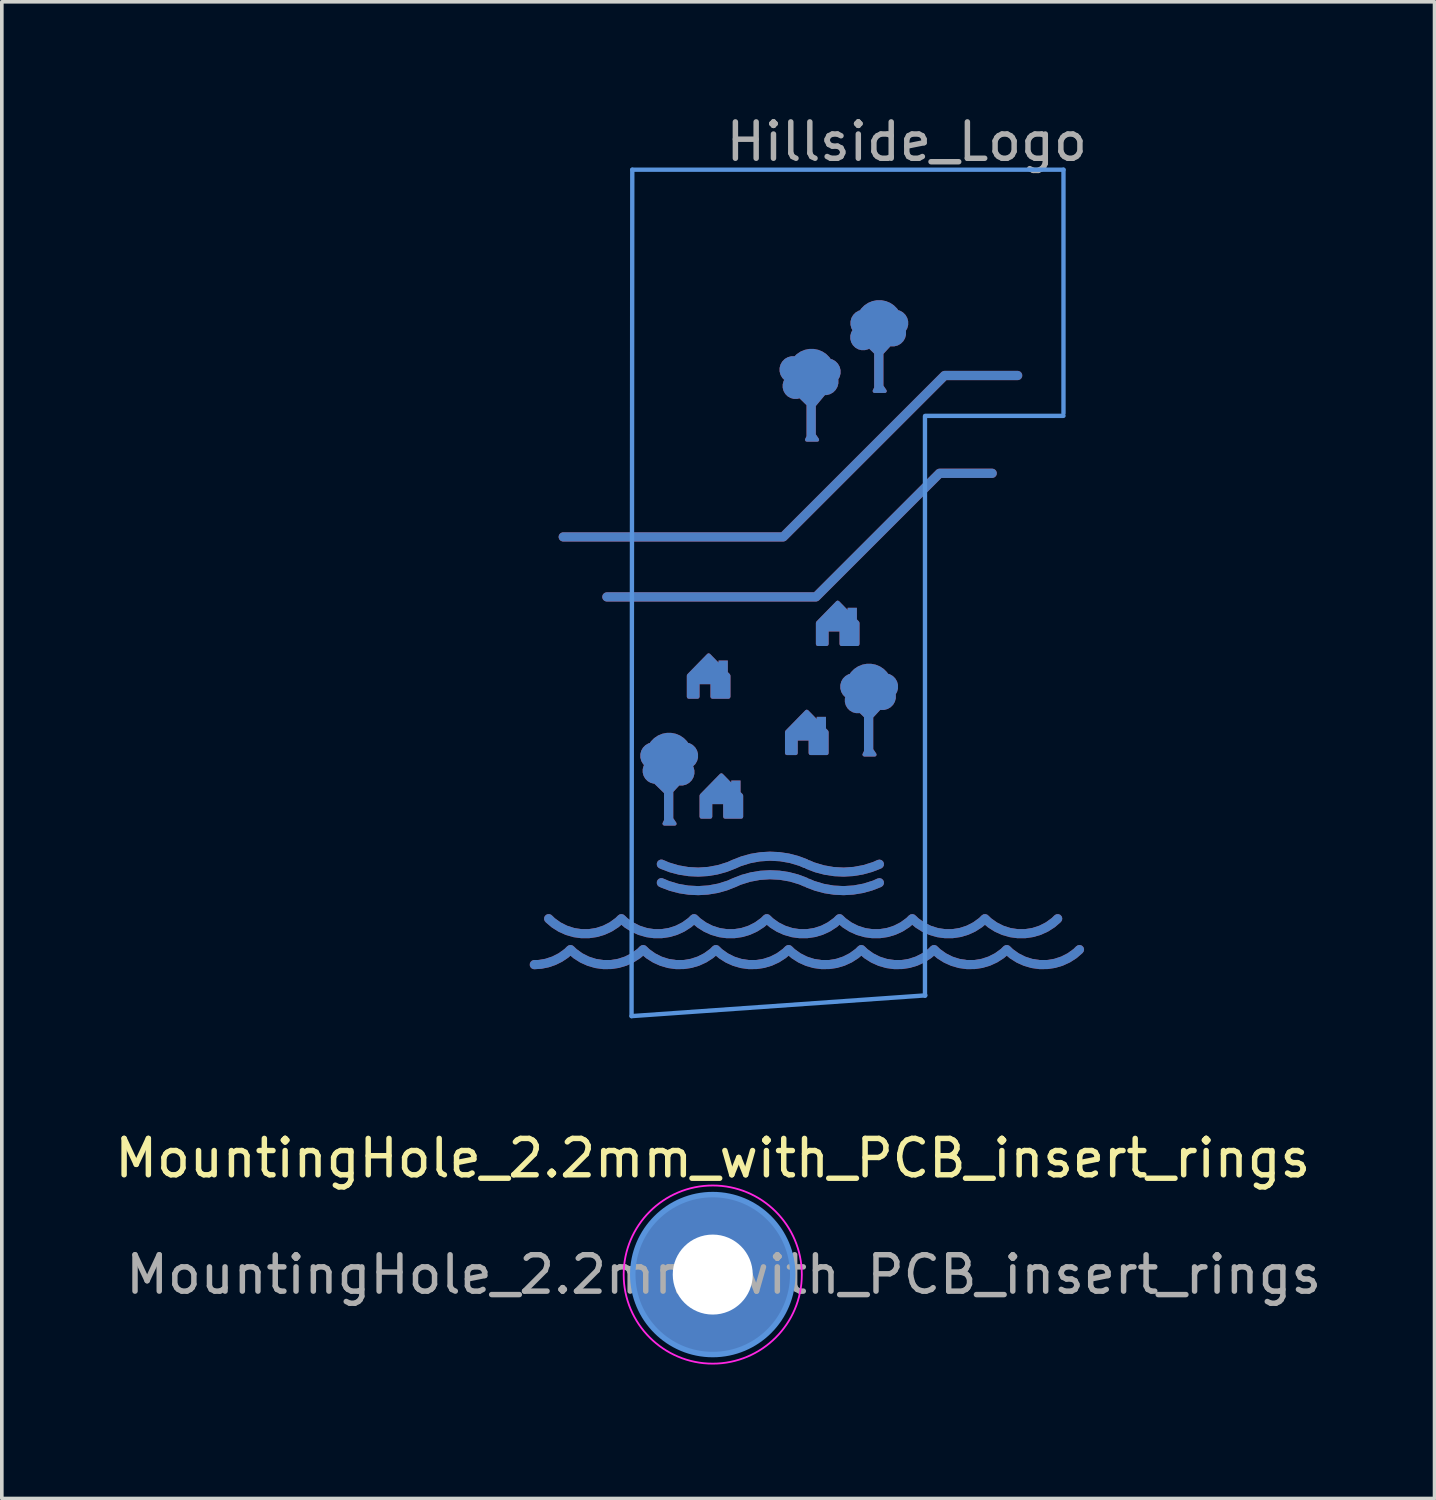
<source format=kicad_pcb>
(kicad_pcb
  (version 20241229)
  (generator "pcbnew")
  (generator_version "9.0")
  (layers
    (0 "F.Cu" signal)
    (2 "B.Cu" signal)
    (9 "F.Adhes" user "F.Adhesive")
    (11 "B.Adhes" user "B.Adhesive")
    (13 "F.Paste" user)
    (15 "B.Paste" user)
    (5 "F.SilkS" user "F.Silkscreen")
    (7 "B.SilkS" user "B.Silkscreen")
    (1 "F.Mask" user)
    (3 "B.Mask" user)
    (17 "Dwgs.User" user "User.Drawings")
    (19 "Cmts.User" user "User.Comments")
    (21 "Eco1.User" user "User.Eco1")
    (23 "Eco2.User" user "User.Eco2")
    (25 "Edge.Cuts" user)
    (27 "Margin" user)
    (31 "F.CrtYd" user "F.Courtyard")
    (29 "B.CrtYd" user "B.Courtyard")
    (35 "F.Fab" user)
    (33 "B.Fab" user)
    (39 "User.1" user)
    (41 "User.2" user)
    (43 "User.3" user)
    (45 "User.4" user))
  (footprint "Hillside_Logo"
    (layer "F.Cu")
    (at 18.641 14.968)
    (property "Reference" "Hillside_Logo" (at 3.25 -14.12 0) (layer "F.Fab") (effects (font (size 1 1) (thickness 0.15))))
    (attr through_hole)
    (fp_line (start -4.32 9.93) (end 3.76 9.36) (stroke (width 0.12) (type solid)) (layer "Cmts.User"))
    (fp_line (start -4.3 -13.35) (end -4.32 9.93) (stroke (width 0.12) (type solid)) (layer "Cmts.User"))
    (fp_line (start 3.75 9.37) (end 3.75 -6.57) (stroke (width 0.12) (type solid)) (layer "Cmts.User"))
    (fp_line (start 3.76 -6.58) (end 7.56 -6.58) (stroke (width 0.12) (type solid)) (layer "Cmts.User"))
    (fp_line (start 7.56 -13.35) (end -4.3 -13.35) (stroke (width 0.12) (type solid)) (layer "Cmts.User"))
    (fp_line (start 7.56 -6.65) (end 7.56 -13.35) (stroke (width 0.12) (type solid)) (layer "Cmts.User"))
    (pad "" smd custom (at -6.994 8.514) (size 0.254 0.254) (layers "F.Cu" "F.Mask") (options (anchor circle)) (primitives (gr_arc (start 0.993832 -0.414198) (mid 0.538428 -0.109054) (end 0.001199 -0.000006) (width 0.254)) (gr_arc (start 2.99383 -0.414198) (mid 1.999999 0.000002) (end 1.002593 -0.405512) (width 0.254)) (gr_arc (start 4.993828 -0.414198) (mid 3.999998 0) (end 3.002593 -0.405514) (width 0.254)) (gr_arc (start 6.993826 -0.414198) (mid 5.999996 -0.000001) (end 5.002593 -0.405516) (width 0.254)) (gr_arc (start 8.993824 -0.414198) (mid 7.999995 -0.000003) (end 7.002593 -0.405518) (width 0.254)) (gr_arc (start 10.993822 -0.414198) (mid 9.999991 0.000003) (end 9.002583 -0.40551) (width 0.254)) (gr_arc (start 12.99382 -0.414198) (mid 11.999989 0.000002) (end 11.002583 -0.405512) (width 0.254)) (gr_arc (start 14.993818 -0.414198) (mid 13.999988 0) (end 13.002583 -0.405514) (width 0.254))))
    (pad "" smd custom (at -6.994 8.514) (size 0.254 0.254) (layers "B.Cu" "B.Mask") (options (anchor circle)) (primitives (gr_arc (start 0.993832 -0.414198) (mid 0.538428 -0.109054) (end 0.001199 -0.000006) (width 0.254)) (gr_arc (start 2.99383 -0.414198) (mid 1.999999 0.000002) (end 1.002593 -0.405512) (width 0.254)) (gr_arc (start 4.993828 -0.414198) (mid 3.999998 0) (end 3.002593 -0.405514) (width 0.254)) (gr_arc (start 6.993826 -0.414198) (mid 5.999996 -0.000001) (end 5.002593 -0.405516) (width 0.254)) (gr_arc (start 8.993824 -0.414198) (mid 7.999995 -0.000003) (end 7.002593 -0.405518) (width 0.254)) (gr_arc (start 10.993822 -0.414198) (mid 9.999991 0.000003) (end 9.002583 -0.40551) (width 0.254)) (gr_arc (start 12.99382 -0.414198) (mid 11.999989 0.000002) (end 11.002583 -0.405512) (width 0.254)) (gr_arc (start 14.993818 -0.414198) (mid 13.999988 0) (end 13.002583 -0.405514) (width 0.254))))
    (pad "" smd custom (at -6.6 7.25) (size 0.254 0.254) (layers "F.Cu" "F.Mask") (options (anchor circle)) (primitives (gr_arc (start 1.999998 0) (mid 1.006169 0.414199) (end 0.008765 0.008686) (width 0.254)) (gr_arc (start 3.999996 0) (mid 3.006168 0.414197) (end 2.008765 0.008684) (width 0.254)) (gr_arc (start 5.999994 0) (mid 5.006166 0.414196) (end 4.008765 0.008682) (width 0.254)) (gr_arc (start 7.999992 0) (mid 7.007399 0.414189) (end 6.010527 0.010409) (width 0.254)) (gr_arc (start 9.99999 0) (mid 9.007398 0.414187) (end 8.010527 0.010407) (width 0.254)) (gr_arc (start 11.999988 0) (mid 11.007396 0.414186) (end 10.010526 0.010405) (width 0.254)) (gr_arc (start 13.999986 0) (mid 13.00616 0.41419) (end 12.008764 0.008674) (width 0.254))))
    (pad "" smd custom (at -6.6 7.25) (size 0.254 0.254) (layers "B.Cu" "B.Mask") (options (anchor circle)) (primitives (gr_arc (start 1.999998 0) (mid 1.006169 0.414199) (end 0.008765 0.008686) (width 0.254)) (gr_arc (start 3.999996 0) (mid 3.006168 0.414197) (end 2.008765 0.008684) (width 0.254)) (gr_arc (start 5.999994 0) (mid 5.006166 0.414196) (end 4.008765 0.008682) (width 0.254)) (gr_arc (start 7.999992 0) (mid 7.007399 0.414189) (end 6.010527 0.010409) (width 0.254)) (gr_arc (start 9.99999 0) (mid 9.007398 0.414187) (end 8.010527 0.010407) (width 0.254)) (gr_arc (start 11.999988 0) (mid 11.007396 0.414186) (end 10.010526 0.010405) (width 0.254)) (gr_arc (start 13.999986 0) (mid 13.00616 0.41419) (end 12.008764 0.008674) (width 0.254))))
    (pad "" smd custom (at -3.5 5.75) (size 0.254 0.254) (layers "F.Cu" "F.Mask") (options (anchor circle)) (primitives (gr_arc (start 1.996623 0.001532) (mid 1.015017 0.216563) (end 0.030814 0.013748) (width 0.254)) (gr_arc (start 5.996623 0.001532) (mid 5.015017 0.216563) (end 4.030814 0.013748) (width 0.254)) (gr_arc (start 2.003377 -0.001532) (mid 2.984983 -0.216563) (end 3.969186 -0.013748) (width 0.254))))
    (pad "" smd custom (at -3.5 5.75) (size 0.254 0.254) (layers "B.Cu" "B.Mask") (options (anchor circle)) (primitives (gr_arc (start 1.996623 0.001532) (mid 1.015017 0.216563) (end 0.030814 0.013748) (width 0.254)) (gr_arc (start 5.996623 0.001532) (mid 5.015017 0.216563) (end 4.030814 0.013748) (width 0.254)) (gr_arc (start 2.003377 -0.001532) (mid 2.984983 -0.216563) (end 3.969186 -0.013748) (width 0.254))))
    (pad "" smd custom (at -3.5 6.26) (size 0.254 0.254) (layers "F.Cu" "F.Mask") (options (anchor circle)) (primitives (gr_arc (start 1.996623 0.001532) (mid 1.015017 0.216563) (end 0.030814 0.013748) (width 0.254)) (gr_arc (start 5.996623 0.001532) (mid 5.015017 0.216563) (end 4.030814 0.013748) (width 0.254)) (gr_arc (start 2.003377 -0.001532) (mid 2.984983 -0.216563) (end 3.969186 -0.013748) (width 0.254))))
    (pad "" smd custom (at -3.5 6.26) (size 0.254 0.254) (layers "B.Cu" "B.Mask") (options (anchor circle)) (primitives (gr_arc (start 1.996623 0.001532) (mid 1.015017 0.216563) (end 0.030814 0.013748) (width 0.254)) (gr_arc (start 5.996623 0.001532) (mid 5.015017 0.216563) (end 4.030814 0.013748) (width 0.254)) (gr_arc (start 2.003377 -0.001532) (mid 2.984983 -0.216563) (end 3.969186 -0.013748) (width 0.254))))
    (pad "" smd custom (at -3.3 3.9) (size 0.254 1.5) (layers "F.Cu" "F.Mask") (options (anchor rect)) (primitives (gr_circle (center -0.41 -1.13) (end -0.189 -1.13) (width 0.3) (fill no)) (gr_circle (center 0.44 -1.13) (end 0.661 -1.13) (width 0.3) (fill no)) (gr_circle (center 0.34 -0.681) (end 0.561 -0.681) (width 0.3) (fill no)) (gr_poly (pts (xy 0.17 0.74) (xy -0.12 0.74) (xy 0 0.49)) (width 0.1) (fill yes)) (gr_poly (pts (xy -0.01 -0.06) (xy -0.39 -0.43) (xy 0.33 -0.43)) (width 0.1) (fill yes)) (gr_circle (center -0.36 -0.716) (end -0.154 -0.716) (width 0.3) (fill no)) (gr_circle (center 0.01 -1.122) (end 0.301 -1.122) (width 0.7) (fill no))))
    (pad "" smd custom (at -3.3 3.9) (size 0.254 1.5) (layers "B.Cu" "B.Mask") (options (anchor rect)) (primitives (gr_circle (center -0.41 -1.13) (end -0.189 -1.13) (width 0.3) (fill no)) (gr_circle (center 0.44 -1.13) (end 0.661 -1.13) (width 0.3) (fill no)) (gr_circle (center 0.34 -0.681) (end 0.561 -0.681) (width 0.3) (fill no)) (gr_poly (pts (xy 0.17 0.74) (xy -0.12 0.74) (xy 0 0.49)) (width 0.1) (fill yes)) (gr_poly (pts (xy -0.01 -0.06) (xy -0.39 -0.43) (xy 0.33 -0.43)) (width 0.1) (fill yes)) (gr_circle (center -0.36 -0.716) (end -0.154 -0.716) (width 0.3) (fill no)) (gr_circle (center 0.01 -1.122) (end 0.301 -1.122) (width 0.7) (fill no))))
    (pad "" smd custom (at -2.75 -3.25) (size 1.524 0.254) (layers "F.Cu" "F.Mask") (options (anchor rect)) (primitives (gr_line (start 7.04 -4.44) (end 9.05 -4.44) (width 0.254)) (gr_line (start 2.6 0) (end 7.04 -4.44) (width 0.254)) (gr_line (start -3.45 0) (end -0.5 0) (width 0.254)) (gr_line (start 0.3 0) (end 2.6 0) (width 0.254))))
    (pad "" smd custom (at -2.75 -3.25) (size 1.524 0.254) (layers "B.Cu" "B.Mask") (options (anchor rect)) (primitives (gr_line (start 7.04 -4.44) (end 9.05 -4.44) (width 0.254)) (gr_line (start 2.6 0) (end 7.04 -4.44) (width 0.254)) (gr_line (start -3.45 0) (end -0.5 0) (width 0.254)) (gr_line (start 0.3 0) (end 2.6 0) (width 0.254))))
    (pad "" smd custom (at -2.2 -1.6) (size 1.524 0.254) (layers "F.Cu" "F.Mask") (options (anchor rect)) (primitives (gr_line (start -2.8 0) (end -0.5 0) (width 0.254)) (gr_line (start 2.95 0) (end 6.35 -3.4) (width 0.254)) (gr_line (start 0.65 0) (end 2.95 0) (width 0.254)) (gr_line (start 6.35 -3.4) (end 7.8 -3.4) (width 0.254))))
    (pad "" smd custom (at -2.2 -1.6) (size 1.524 0.254) (layers "B.Cu" "B.Mask") (options (anchor rect)) (primitives (gr_line (start -2.8 0) (end -0.5 0) (width 0.254)) (gr_line (start 2.95 0) (end 6.35 -3.4) (width 0.254)) (gr_line (start 0.65 0) (end 2.95 0) (width 0.254)) (gr_line (start 6.35 -3.4) (end 7.8 -3.4) (width 0.254))))
    (pad "" smd custom (at -1.8 0.4) (size 0.254 0.5) (layers "F.Cu" "F.Mask") (options (anchor rect)) (primitives (gr_poly (pts (xy 0.15 0.163) (xy 0.15 0.75) (xy -0.3 0.75) (xy -0.3 0.35) (xy -0.7 0.35) (xy -0.7 0.75) (xy -0.95 0.75) (xy -0.95 0.163) (xy -0.4 -0.4)) (width 0.1) (fill yes))))
    (pad "" smd custom (at -1.8 0.4) (size 0.254 0.5) (layers "B.Cu" "B.Mask") (options (anchor rect)) (primitives (gr_poly (pts (xy 0.15 0.163) (xy 0.15 0.75) (xy -0.3 0.75) (xy -0.3 0.35) (xy -0.7 0.35) (xy -0.7 0.75) (xy -0.95 0.75) (xy -0.95 0.163) (xy -0.4 -0.4)) (width 0.1) (fill yes))))
    (pad "" smd custom (at -1.45 3.7) (size 0.254 0.5) (layers "F.Cu" "F.Mask") (options (anchor rect)) (primitives (gr_poly (pts (xy 0.15 0.163) (xy 0.15 0.75) (xy -0.3 0.75) (xy -0.3 0.35) (xy -0.7 0.35) (xy -0.7 0.75) (xy -0.95 0.75) (xy -0.95 0.163) (xy -0.4 -0.4)) (width 0.1) (fill yes))))
    (pad "" smd custom (at -1.45 3.7) (size 0.254 0.5) (layers "B.Cu" "B.Mask") (options (anchor rect)) (primitives (gr_poly (pts (xy 0.15 0.163) (xy 0.15 0.75) (xy -0.3 0.75) (xy -0.3 0.35) (xy -0.7 0.35) (xy -0.7 0.75) (xy -0.95 0.75) (xy -0.95 0.163) (xy -0.4 -0.4)) (width 0.1) (fill yes))))
    (pad "" smd custom (at 0.62 -6.66) (size 0.254 1.5) (layers "F.Cu" "F.Mask") (options (anchor rect)) (primitives (gr_circle (center -0.499 -1.19) (end -0.277 -1.19) (width 0.3) (fill no)) (gr_circle (center 0.44 -1.13) (end 0.661 -1.13) (width 0.3) (fill no)) (gr_circle (center 0.38 -0.86) (end 0.601 -0.86) (width 0.3) (fill no)) (gr_poly (pts (xy 0.17 0.74) (xy -0.12 0.74) (xy 0 0.49)) (width 0.1) (fill yes)) (gr_poly (pts (xy 0.02 -0.14) (xy -0.36 -0.51) (xy 0.35 -0.535)) (width 0.1) (fill yes)) (gr_circle (center -0.43 -0.74) (end -0.224 -0.74) (width 0.3) (fill no)) (gr_circle (center 0.01 -1.122) (end 0.301 -1.122) (width 0.7) (fill no))))
    (pad "" smd custom (at 0.62 -6.66) (size 0.254 1.5) (layers "B.Cu" "B.Mask") (options (anchor rect)) (primitives (gr_circle (center -0.499 -1.19) (end -0.277 -1.19) (width 0.3) (fill no)) (gr_circle (center 0.44 -1.13) (end 0.661 -1.13) (width 0.3) (fill no)) (gr_circle (center 0.38 -0.86) (end 0.601 -0.86) (width 0.3) (fill no)) (gr_poly (pts (xy 0.17 0.74) (xy -0.12 0.74) (xy 0 0.49)) (width 0.1) (fill yes)) (gr_poly (pts (xy 0.02 -0.14) (xy -0.36 -0.51) (xy 0.35 -0.535)) (width 0.1) (fill yes)) (gr_circle (center -0.43 -0.74) (end -0.224 -0.74) (width 0.3) (fill no)) (gr_circle (center 0.01 -1.122) (end 0.301 -1.122) (width 0.7) (fill no))))
    (pad "" smd custom (at 0.9 1.95) (size 0.254 0.5) (layers "F.Cu" "F.Mask") (options (anchor rect)) (primitives (gr_poly (pts (xy 0.15 0.163) (xy 0.15 0.75) (xy -0.3 0.75) (xy -0.3 0.35) (xy -0.7 0.35) (xy -0.7 0.75) (xy -0.95 0.75) (xy -0.95 0.163) (xy -0.4 -0.4)) (width 0.1) (fill yes))))
    (pad "" smd custom (at 0.9 1.95) (size 0.254 0.5) (layers "B.Cu" "B.Mask") (options (anchor rect)) (primitives (gr_poly (pts (xy 0.15 0.163) (xy 0.15 0.75) (xy -0.3 0.75) (xy -0.3 0.35) (xy -0.7 0.35) (xy -0.7 0.75) (xy -0.95 0.75) (xy -0.95 0.163) (xy -0.4 -0.4)) (width 0.1) (fill yes))))
    (pad "" smd custom (at 1.75 -1.05) (size 0.254 0.5) (layers "F.Cu" "F.Mask") (options (anchor rect)) (primitives (gr_poly (pts (xy 0.15 0.163) (xy 0.15 0.75) (xy -0.3 0.75) (xy -0.3 0.35) (xy -0.7 0.35) (xy -0.7 0.75) (xy -0.95 0.75) (xy -0.95 0.163) (xy -0.4 -0.4)) (width 0.1) (fill yes))))
    (pad "" smd custom (at 1.75 -1.05) (size 0.254 0.5) (layers "B.Cu" "B.Mask") (options (anchor rect)) (primitives (gr_poly (pts (xy 0.15 0.163) (xy 0.15 0.75) (xy -0.3 0.75) (xy -0.3 0.35) (xy -0.7 0.35) (xy -0.7 0.75) (xy -0.95 0.75) (xy -0.95 0.163) (xy -0.4 -0.4)) (width 0.1) (fill yes))))
    (pad "" smd custom (at 2.2 2) (size 0.254 1.5) (layers "F.Cu" "F.Mask") (options (anchor rect)) (primitives (gr_circle (center -0.41 -1.13) (end -0.189 -1.13) (width 0.3) (fill no)) (gr_circle (center 0.44 -1.13) (end 0.661 -1.13) (width 0.3) (fill no)) (gr_circle (center 0.38 -0.86) (end 0.601 -0.86) (width 0.3) (fill no)) (gr_poly (pts (xy 0.17 0.74) (xy -0.12 0.74) (xy 0 0.49)) (width 0.1) (fill yes)) (gr_poly (pts (xy 0.01 -0.23) (xy -0.37 -0.6) (xy 0.35 -0.6)) (width 0.1) (fill yes)) (gr_circle (center -0.3 -0.756) (end -0.094 -0.756) (width 0.3) (fill no)) (gr_circle (center 0.01 -1.122) (end 0.301 -1.122) (width 0.7) (fill no))))
    (pad "" smd custom (at 2.2 2) (size 0.254 1.5) (layers "B.Cu" "B.Mask") (options (anchor rect)) (primitives (gr_circle (center -0.41 -1.13) (end -0.189 -1.13) (width 0.3) (fill no)) (gr_circle (center 0.44 -1.13) (end 0.661 -1.13) (width 0.3) (fill no)) (gr_circle (center 0.38 -0.86) (end 0.601 -0.86) (width 0.3) (fill no)) (gr_poly (pts (xy 0.17 0.74) (xy -0.12 0.74) (xy 0 0.49)) (width 0.1) (fill yes)) (gr_poly (pts (xy 0.01 -0.23) (xy -0.37 -0.6) (xy 0.35 -0.6)) (width 0.1) (fill yes)) (gr_circle (center -0.3 -0.756) (end -0.094 -0.756) (width 0.3) (fill no)) (gr_circle (center 0.01 -1.122) (end 0.301 -1.122) (width 0.7) (fill no))))
    (pad "" smd custom (at 2.48 -8) (size 0.254 1.5) (layers "F.Cu" "F.Mask") (options (anchor rect)) (primitives (gr_circle (center -0.41 -1.13) (end -0.189 -1.13) (width 0.3) (fill no)) (gr_circle (center 0.44 -1.13) (end 0.661 -1.13) (width 0.3) (fill no)) (gr_circle (center 0.38 -0.86) (end 0.601 -0.86) (width 0.3) (fill no)) (gr_poly (pts (xy 0.17 0.74) (xy -0.12 0.74) (xy 0 0.49)) (width 0.1) (fill yes)) (gr_poly (pts (xy 0.01 -0.23) (xy -0.37 -0.6) (xy 0.35 -0.6)) (width 0.1) (fill yes)) (gr_circle (center -0.43 -0.74) (end -0.224 -0.74) (width 0.3) (fill no)) (gr_circle (center 0.01 -1.122) (end 0.301 -1.122) (width 0.7) (fill no))))
    (pad "" smd custom (at 2.48 -8) (size 0.254 1.5) (layers "B.Cu" "B.Mask") (options (anchor rect)) (primitives (gr_circle (center -0.41 -1.13) (end -0.189 -1.13) (width 0.3) (fill no)) (gr_circle (center 0.44 -1.13) (end 0.661 -1.13) (width 0.3) (fill no)) (gr_circle (center 0.38 -0.86) (end 0.601 -0.86) (width 0.3) (fill no)) (gr_poly (pts (xy 0.17 0.74) (xy -0.12 0.74) (xy 0 0.49)) (width 0.1) (fill yes)) (gr_poly (pts (xy 0.01 -0.23) (xy -0.37 -0.6) (xy 0.35 -0.6)) (width 0.1) (fill yes)) (gr_circle (center -0.43 -0.74) (end -0.224 -0.74) (width 0.3) (fill no)) (gr_circle (center 0.01 -1.122) (end 0.301 -1.122) (width 0.7) (fill no)))))
  (footprint "Bumpon"
    (layer "F.Cu")
    (at 4.26 4.26)
    (property "Reference" "Bumpon" (at 0 -1 0) (unlocked yes) (layer "User.4") (effects (font (size 1 1) (thickness 0.15))))
    (attr through_hole)
    (fp_circle (center 0 0) (end 3.95 0) (stroke (width 0.12) (type solid)) (fill no) (layer "User.2"))
    (fp_circle (center 0 0) (end 4.2 0) (stroke (width 0.12) (type solid)) (fill no) (layer "User.2")))
  (footprint "MountingHole_2.2mm_with_PCB_insert_rings"
    (layer "F.Cu")
    (at 16.554 32.007)
    (property "Reference" "MountingHole_2.2mm_with_PCB_insert_rings" (at 0 -3.2 0) (layer "F.SilkS") (effects (font (size 1 1) (thickness 0.15))))
    (attr exclude_from_pos_files exclude_from_bom)
    (fp_circle (center 0 0) (end 2.2 0) (stroke (width 0.15) (type solid)) (fill no) (layer "Cmts.User"))
    (fp_circle (center 0 0) (end 2.45 0) (stroke (width 0.05) (type solid)) (fill no) (layer "F.CrtYd"))
    (fp_circle (center 0 0) (end 1.1 0) (stroke (width 0.12) (type solid)) (fill no) (layer "User.1"))
    (fp_circle (center 0 0) (end 1.85 0) (stroke (width 0.12) (type solid)) (fill no) (layer "User.1"))
    (fp_circle (center 0 0) (end 1.9 0) (stroke (width 0.12) (type solid)) (fill no) (layer "User.1"))
    (fp_circle (center 0 0) (end 2.78 0) (stroke (width 0.12) (type solid)) (fill no) (layer "User.1"))
    (fp_circle (center 0 0) (end 3.1 0) (stroke (width 0.12) (type solid)) (fill no) (layer "User.1"))
    (fp_text user "${REFERENCE}" (at 0.3 0 0) (layer "F.Fab") (effects (font (size 1 1) (thickness 0.15))))
    (pad "1" thru_hole circle (at 0 0) (size 4.4 4.4) (drill 2.2) (layers "*.Cu" "*.Mask")))
  (gr_rect
    (start -3 -3)
    (end 36.407 38.166)
    (stroke (width 0.1) (type default))
    (fill no)
    (layer "Edge.Cuts")))
</source>
